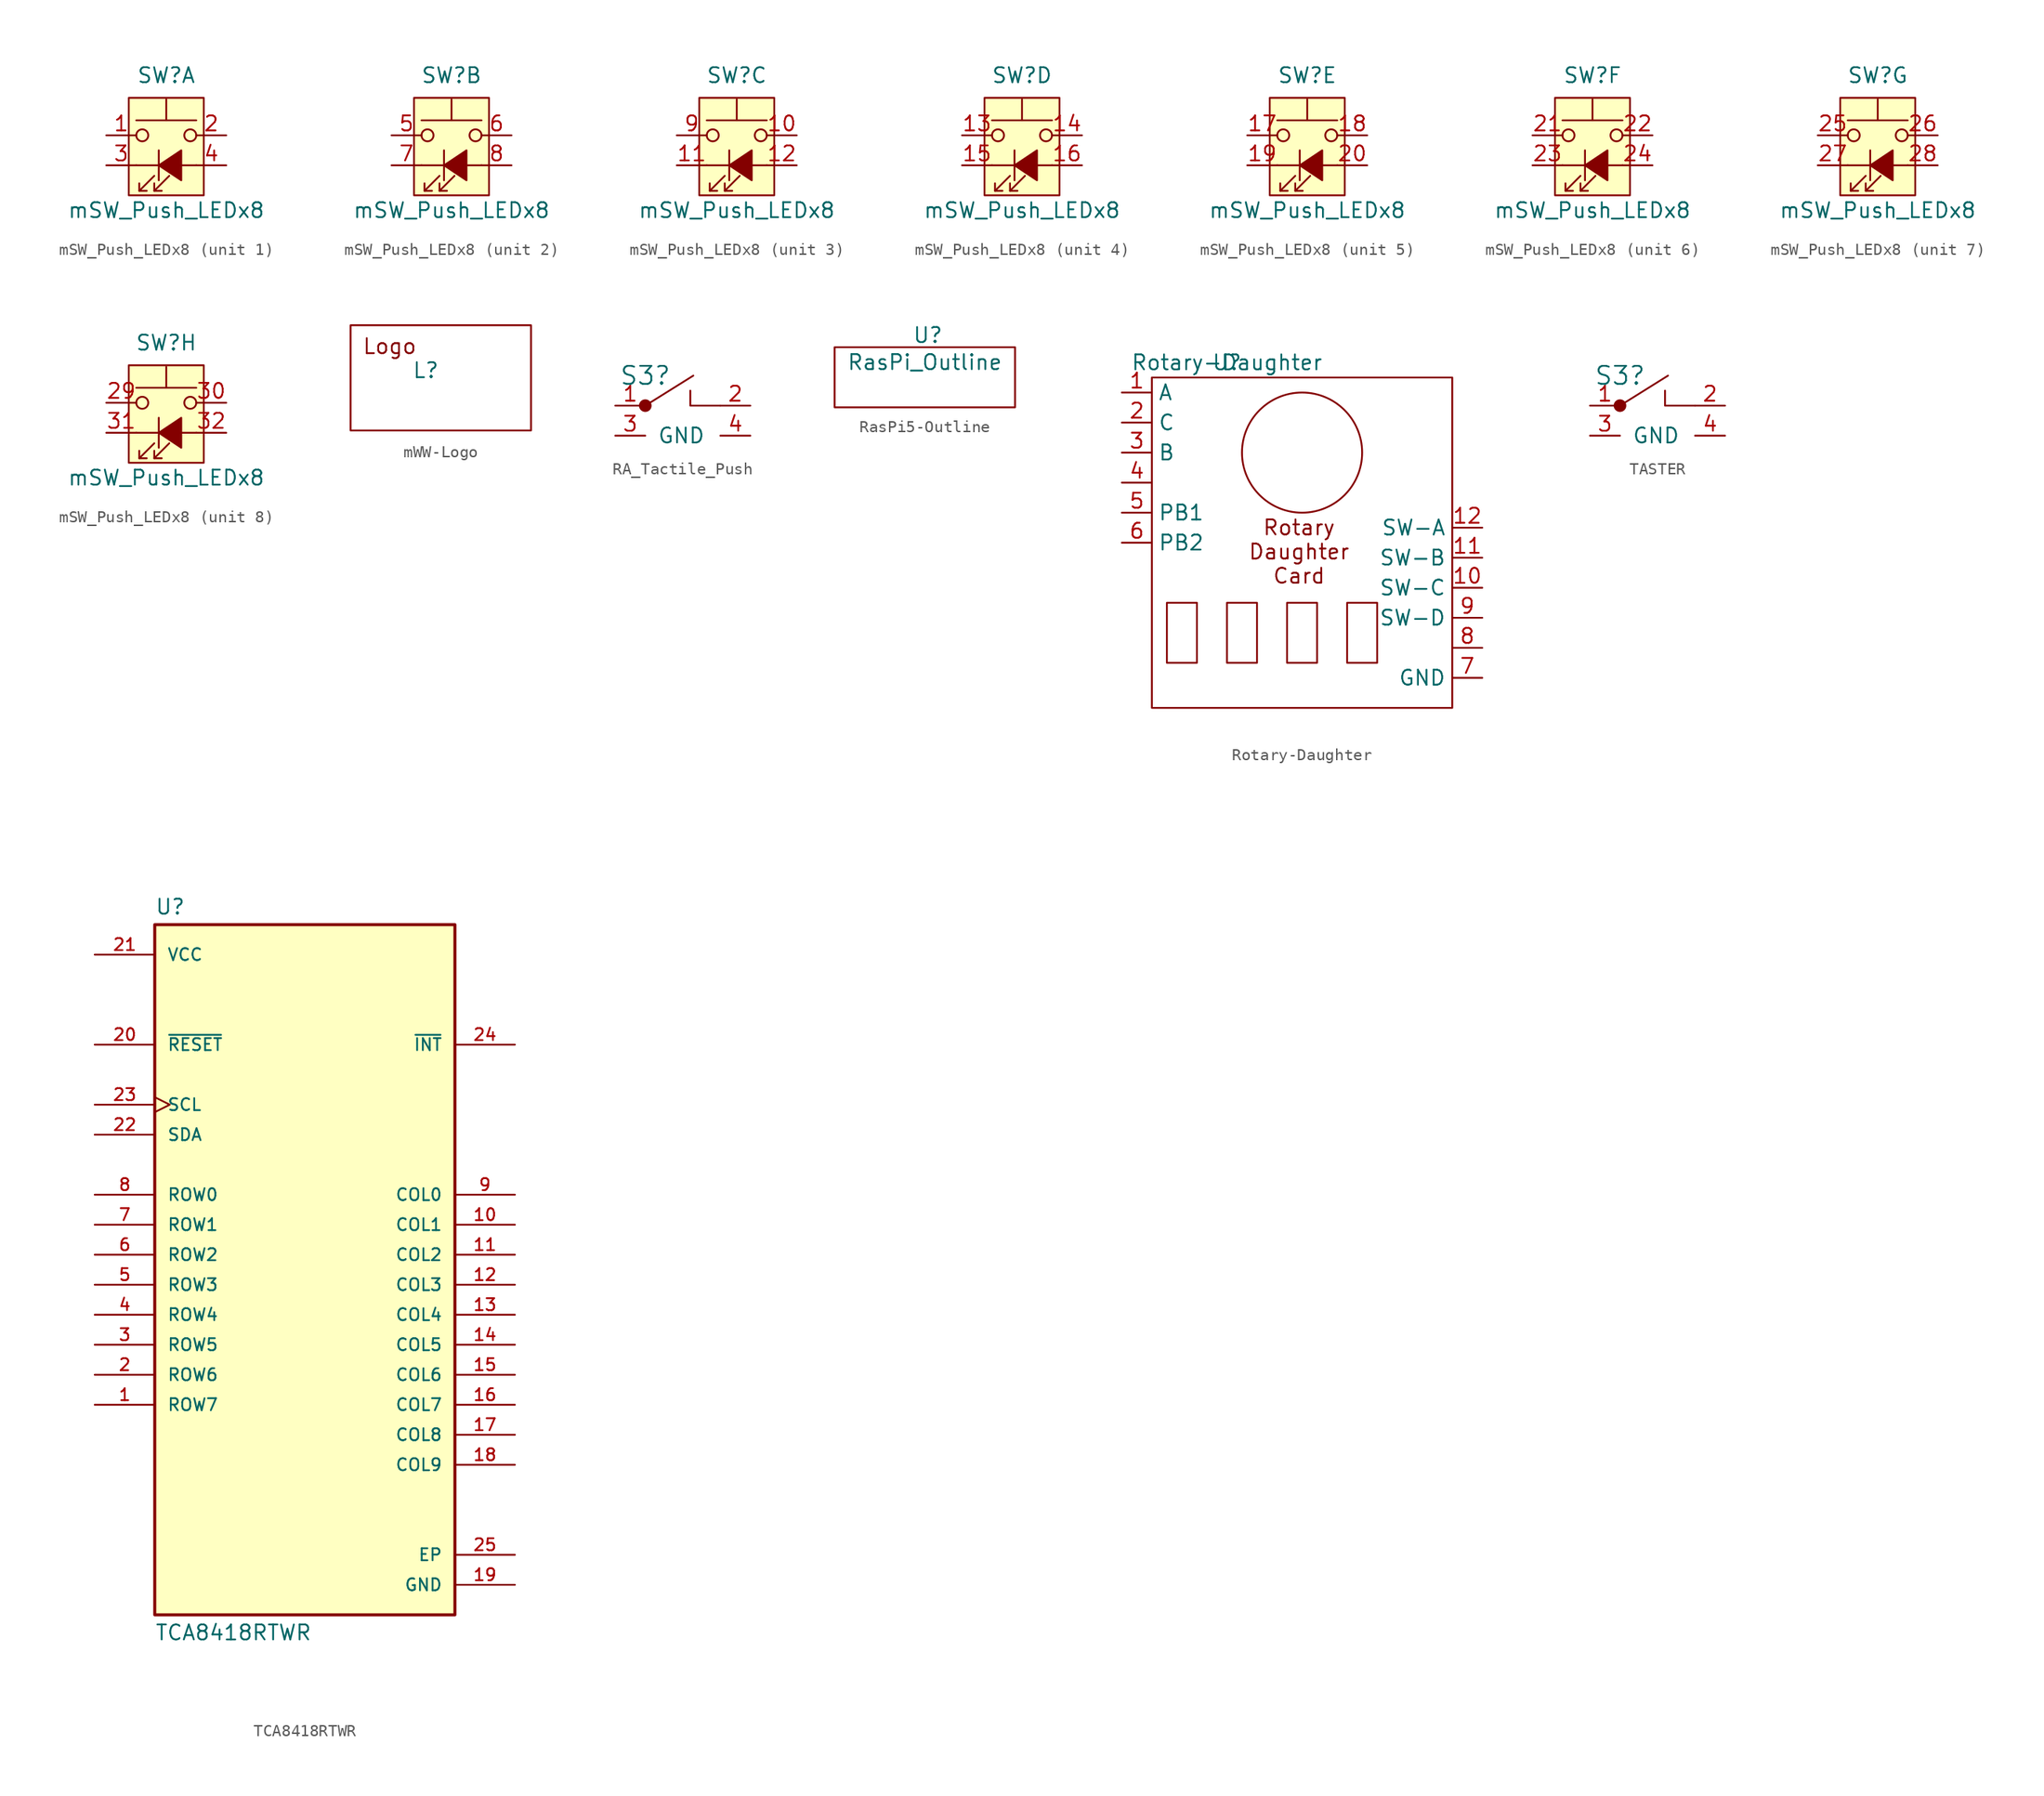
<source format=kicad_sym>
(kicad_symbol_lib
  (version 20231120)
  (generator "kicad_symbol_editor")
  (generator_version "8.0")
  (symbol "mSW_Push_LEDx8"
    (pin_names
      (offset 0) hide)
    (property "Reference" "SW"
      (at 0 7.62 0)
      (effects (font (size 1.27 1.27))))
    (property "Value" "mSW_Push_LEDx8"
      (at 0 -3.81 0)
      (effects (font (size 1.27 1.27))))
    (symbol "mSW_Push_LEDx8_0_0"
      (polyline (pts (xy -2.54 0) (xy 2.54 0)) (stroke (width 0) (type default)) (fill (type none)))
      (polyline (pts (xy -2.286 -2.159) (xy -1.016 -0.889)) (stroke (width 0) (type default)) (fill (type none)))
      (polyline (pts (xy -1.016 -2.159) (xy 0.254 -0.889)) (stroke (width 0) (type default)) (fill (type none)))
      (polyline (pts (xy -0.635 1.27) (xy -0.635 -1.27)) (stroke (width 0) (type default)) (fill (type none)))
      (polyline (pts (xy -2.286 -1.524) (xy -2.286 -2.159) (xy -1.651 -2.159)) (stroke (width 0) (type default)) (fill (type none)))
      (polyline (pts (xy -1.016 -1.524) (xy -1.016 -2.159) (xy -0.381 -2.159)) (stroke (width 0) (type default)) (fill (type none)))
      (polyline (pts (xy -0.635 0) (xy 1.27 1.27) (xy 1.27 -1.27) (xy -0.635 0)) (stroke (width 0) (type default)) (fill (type outline))))
    (symbol "mSW_Push_LEDx8_0_1"
      (circle (center -2.032 2.54) (radius 0.508) (stroke (width 0) (type default)) (fill (type none)))
      (polyline (pts (xy 0 3.81) (xy 0 5.588)) (stroke (width 0) (type default)) (fill (type none)))
      (polyline (pts (xy 2.54 3.81) (xy -2.54 3.81)) (stroke (width 0) (type default)) (fill (type none)))
      (circle (center 2.032 2.54) (radius 0.508) (stroke (width 0) (type default)) (fill (type none))))
    (symbol "mSW_Push_LEDx8_1_1"
      (rectangle (start -3.175 5.715) (end 3.175 -2.54) (stroke (width 0) (type default)) (fill (type background)))
      (pin passive line (at -5.08 2.54 0) (length 2.54) (name "SA" (effects (font (size 1.27 1.27)))) (number "1" (effects (font (size 1.27 1.27)))))
      (pin passive line (at 5.08 2.54 180) (length 2.54) (name "SB" (effects (font (size 1.27 1.27)))) (number "2" (effects (font (size 1.27 1.27)))))
      (pin passive line (at -5.08 0 0) (length 2.54) (name "K" (effects (font (size 1.27 1.27)))) (number "3" (effects (font (size 1.27 1.27)))))
      (pin passive line (at 5.08 0 180) (length 2.54) (name "A" (effects (font (size 1.27 1.27)))) (number "4" (effects (font (size 1.27 1.27))))))
    (symbol "mSW_Push_LEDx8_2_1"
      (rectangle (start -3.175 5.715) (end 3.175 -2.54) (stroke (width 0) (type default)) (fill (type background)))
      (pin passive line (at -5.08 2.54 0) (length 2.54) (name "SA" (effects (font (size 1.27 1.27)))) (number "5" (effects (font (size 1.27 1.27)))))
      (pin passive line (at 5.08 2.54 180) (length 2.54) (name "SB" (effects (font (size 1.27 1.27)))) (number "6" (effects (font (size 1.27 1.27)))))
      (pin passive line (at -5.08 0 0) (length 2.54) (name "K" (effects (font (size 1.27 1.27)))) (number "7" (effects (font (size 1.27 1.27)))))
      (pin passive line (at 5.08 0 180) (length 2.54) (name "A" (effects (font (size 1.27 1.27)))) (number "8" (effects (font (size 1.27 1.27))))))
    (symbol "mSW_Push_LEDx8_3_1"
      (rectangle (start -3.175 5.715) (end 3.175 -2.54) (stroke (width 0) (type default)) (fill (type background)))
      (pin passive line (at 5.08 2.54 180) (length 2.54) (name "SB" (effects (font (size 1.27 1.27)))) (number "10" (effects (font (size 1.27 1.27)))))
      (pin passive line (at -5.08 0 0) (length 2.54) (name "K" (effects (font (size 1.27 1.27)))) (number "11" (effects (font (size 1.27 1.27)))))
      (pin passive line (at 5.08 0 180) (length 2.54) (name "A" (effects (font (size 1.27 1.27)))) (number "12" (effects (font (size 1.27 1.27)))))
      (pin passive line (at -5.08 2.54 0) (length 2.54) (name "SA" (effects (font (size 1.27 1.27)))) (number "9" (effects (font (size 1.27 1.27))))))
    (symbol "mSW_Push_LEDx8_4_1"
      (rectangle (start -3.175 5.715) (end 3.175 -2.54) (stroke (width 0) (type default)) (fill (type background)))
      (pin passive line (at -5.08 2.54 0) (length 2.54) (name "SA" (effects (font (size 1.27 1.27)))) (number "13" (effects (font (size 1.27 1.27)))))
      (pin passive line (at 5.08 2.54 180) (length 2.54) (name "SB" (effects (font (size 1.27 1.27)))) (number "14" (effects (font (size 1.27 1.27)))))
      (pin passive line (at -5.08 0 0) (length 2.54) (name "K" (effects (font (size 1.27 1.27)))) (number "15" (effects (font (size 1.27 1.27)))))
      (pin passive line (at 5.08 0 180) (length 2.54) (name "A" (effects (font (size 1.27 1.27)))) (number "16" (effects (font (size 1.27 1.27))))))
    (symbol "mSW_Push_LEDx8_5_1"
      (rectangle (start -3.175 5.715) (end 3.175 -2.54) (stroke (width 0) (type default)) (fill (type background)))
      (pin passive line (at -5.08 2.54 0) (length 2.54) (name "SA" (effects (font (size 1.27 1.27)))) (number "17" (effects (font (size 1.27 1.27)))))
      (pin passive line (at 5.08 2.54 180) (length 2.54) (name "SB" (effects (font (size 1.27 1.27)))) (number "18" (effects (font (size 1.27 1.27)))))
      (pin passive line (at -5.08 0 0) (length 2.54) (name "K" (effects (font (size 1.27 1.27)))) (number "19" (effects (font (size 1.27 1.27)))))
      (pin passive line (at 5.08 0 180) (length 2.54) (name "A" (effects (font (size 1.27 1.27)))) (number "20" (effects (font (size 1.27 1.27))))))
    (symbol "mSW_Push_LEDx8_6_1"
      (rectangle (start -3.175 5.715) (end 3.175 -2.54) (stroke (width 0) (type default)) (fill (type background)))
      (pin passive line (at -5.08 2.54 0) (length 2.54) (name "SA" (effects (font (size 1.27 1.27)))) (number "21" (effects (font (size 1.27 1.27)))))
      (pin passive line (at 5.08 2.54 180) (length 2.54) (name "SB" (effects (font (size 1.27 1.27)))) (number "22" (effects (font (size 1.27 1.27)))))
      (pin passive line (at -5.08 0 0) (length 2.54) (name "K" (effects (font (size 1.27 1.27)))) (number "23" (effects (font (size 1.27 1.27)))))
      (pin passive line (at 5.08 0 180) (length 2.54) (name "A" (effects (font (size 1.27 1.27)))) (number "24" (effects (font (size 1.27 1.27))))))
    (symbol "mSW_Push_LEDx8_7_1"
      (rectangle (start -3.175 5.715) (end 3.175 -2.54) (stroke (width 0) (type default)) (fill (type background)))
      (pin passive line (at -5.08 2.54 0) (length 2.54) (name "SA" (effects (font (size 1.27 1.27)))) (number "25" (effects (font (size 1.27 1.27)))))
      (pin passive line (at 5.08 2.54 180) (length 2.54) (name "SB" (effects (font (size 1.27 1.27)))) (number "26" (effects (font (size 1.27 1.27)))))
      (pin passive line (at -5.08 0 0) (length 2.54) (name "K" (effects (font (size 1.27 1.27)))) (number "27" (effects (font (size 1.27 1.27)))))
      (pin passive line (at 5.08 0 180) (length 2.54) (name "A" (effects (font (size 1.27 1.27)))) (number "28" (effects (font (size 1.27 1.27))))))
    (symbol "mSW_Push_LEDx8_8_1"
      (rectangle (start -3.175 5.715) (end 3.175 -2.54) (stroke (width 0) (type default)) (fill (type background)))
      (pin passive line (at -5.08 2.54 0) (length 2.54) (name "SA" (effects (font (size 1.27 1.27)))) (number "29" (effects (font (size 1.27 1.27)))))
      (pin passive line (at 5.08 2.54 180) (length 2.54) (name "SB" (effects (font (size 1.27 1.27)))) (number "30" (effects (font (size 1.27 1.27)))))
      (pin passive line (at -5.08 0 0) (length 2.54) (name "K" (effects (font (size 1.27 1.27)))) (number "31" (effects (font (size 1.27 1.27)))))
      (pin passive line (at 5.08 0 180) (length 2.54) (name "A" (effects (font (size 1.27 1.27)))) (number "32" (effects (font (size 1.27 1.27)))))))
  (symbol "mWW-Logo"
    (property "Reference" "L"
      (at 0 0 0)
      (effects (font (size 1.27 1.27))))
    (property "Value" ""
      (at 0 0 0)
      (effects (font (size 1.27 1.27))))
    (symbol "mWW-Logo_0_1"
      (rectangle (start 8.89 -5.08) (end -6.35 3.81) (stroke (width 0) (type default)) (fill (type none))))
    (symbol "mWW-Logo_1_1"
      (text "Logo" (at -3.048 2.032 0) (effects (font (size 1.27 1.27))))))
  (symbol "RA_Tactile_Push"
    (pin_names
      (offset 1.016))
    (property "Reference" "S3"
      (at -3.81 -3.81 0)
      (effects (font (size 1.524 1.524))))
    (property "Datasheet" ""
      (at 0 0 0)
      (effects (font (size 1.524 1.524))))
    (symbol "RA_Tactile_Push_0_1"
      (circle (center -3.81 -6.35) (radius 0.457) (stroke (width 0) (type default)) (fill (type outline)))
      (polyline (pts (xy -3.81 -6.35) (xy 0.254 -3.81) (xy 0.254 -3.81) (xy 0.254 -3.81)) (stroke (width 0) (type default)) (fill (type none)))
      (polyline (pts (xy 0 -5.08) (xy 0 -6.35) (xy 2.54 -6.35) (xy 2.54 -6.35)) (stroke (width 0) (type default)) (fill (type none))))
    (symbol "RA_Tactile_Push_1_0"
      (pin passive line (at -6.35 -8.89 0) (length 2.54) (name "GND" (effects (font (size 1.27 1.27)))) (number "3" (effects (font (size 1.27 1.27)))))
      (pin passive line (at 5.08 -8.89 180) (length 2.54) (name "" (effects (font (size 1.27 1.27)))) (number "4" (effects (font (size 1.27 1.27))))))
    (symbol "RA_Tactile_Push_1_1"
      (pin input line (at -6.35 -6.35 0) (length 2.54) (name "~" (effects (font (size 1.27 1.27)))) (number "1" (effects (font (size 1.27 1.27)))))
      (pin input line (at 5.08 -6.35 180) (length 2.54) (name "~" (effects (font (size 1.27 1.27)))) (number "2" (effects (font (size 1.27 1.27)))))))
  (symbol "RasPi5-Outline"
    (property "Reference" "U"
      (at 0.254 2.286 0)
      (effects (font (size 1.27 1.27))))
    (property "Value" "RasPi_Outline"
      (at 0 0 0)
      (effects (font (size 1.27 1.27))))
    (symbol "RasPi5-Outline_0_1"
      (rectangle (start -7.62 1.27) (end 7.62 -3.81) (stroke (width 0) (type default)) (fill (type none)))))
  (symbol "Rotary-Daughter"
    (property "Reference" "U"
      (at 6.35 1.27 0)
      (effects (font (size 1.27 1.27))))
    (property "Value" "Rotary-Daughter"
      (at 6.35 1.27 0)
      (effects (font (size 1.27 1.27))))
    (symbol "Rotary-Daughter_0_1"
      (rectangle (start 0 0) (end 25.4 -27.94) (stroke (width 0) (type default)) (fill (type none)))
      (rectangle (start 1.27 -19.05) (end 3.81 -24.13) (stroke (width 0) (type default)) (fill (type none)))
      (rectangle (start 6.35 -19.05) (end 8.89 -24.13) (stroke (width 0) (type default)) (fill (type none)))
      (rectangle (start 11.43 -19.05) (end 13.97 -24.13) (stroke (width 0) (type default)) (fill (type none)))
      (circle (center 12.7 -6.35) (radius 5.08) (stroke (width 0) (type default)) (fill (type none)))
      (rectangle (start 16.51 -19.05) (end 19.05 -24.13) (stroke (width 0) (type default)) (fill (type none))))
    (symbol "Rotary-Daughter_1_1"
      (text "Rotary\nDaughter\nCard" (at 12.446 -14.732 0) (effects (font (size 1.27 1.27))))
      (pin passive line (at -2.54 -1.27 0) (length 2.54) (name "A" (effects (font (size 1.27 1.27)))) (number "1" (effects (font (size 1.27 1.27)))))
      (pin passive line (at 27.94 -17.78 180) (length 2.54) (name "SW-C" (effects (font (size 1.27 1.27)))) (number "10" (effects (font (size 1.27 1.27)))))
      (pin passive line (at 27.94 -15.24 180) (length 2.54) (name "SW-B" (effects (font (size 1.27 1.27)))) (number "11" (effects (font (size 1.27 1.27)))))
      (pin passive line (at 27.94 -12.7 180) (length 2.54) (name "SW-A" (effects (font (size 1.27 1.27)))) (number "12" (effects (font (size 1.27 1.27)))))
      (pin passive line (at -2.54 -3.81 0) (length 2.54) (name "C" (effects (font (size 1.27 1.27)))) (number "2" (effects (font (size 1.27 1.27)))))
      (pin passive line (at -2.54 -6.35 0) (length 2.54) (name "B" (effects (font (size 1.27 1.27)))) (number "3" (effects (font (size 1.27 1.27)))))
      (pin passive line (at -2.54 -8.89 0) (length 2.54) (name "" (effects (font (size 1.27 1.27)))) (number "4" (effects (font (size 1.27 1.27)))))
      (pin passive line (at -2.54 -11.43 0) (length 2.54) (name "PB1" (effects (font (size 1.27 1.27)))) (number "5" (effects (font (size 1.27 1.27)))))
      (pin passive line (at -2.54 -13.97 0) (length 2.54) (name "PB2" (effects (font (size 1.27 1.27)))) (number "6" (effects (font (size 1.27 1.27)))))
      (pin passive line (at 27.94 -25.4 180) (length 2.54) (name "GND" (effects (font (size 1.27 1.27)))) (number "7" (effects (font (size 1.27 1.27)))))
      (pin passive line (at 27.94 -22.86 180) (length 2.54) (name "" (effects (font (size 1.27 1.27)))) (number "8" (effects (font (size 1.27 1.27)))))
      (pin passive line (at 27.94 -20.32 180) (length 2.54) (name "SW-D" (effects (font (size 1.27 1.27)))) (number "9" (effects (font (size 1.27 1.27)))))))
  (symbol "TASTER"
    (pin_names
      (offset 1.016))
    (property "Reference" "S3"
      (at -3.81 -3.81 0)
      (effects (font (size 1.524 1.524))))
    (property "Datasheet" ""
      (at 0 0 0)
      (effects (font (size 1.524 1.524))))
    (symbol "TASTER_0_1"
      (circle (center -3.81 -6.35) (radius 0.457) (stroke (width 0) (type default)) (fill (type outline)))
      (polyline (pts (xy -3.81 -6.35) (xy 0.254 -3.81) (xy 0.254 -3.81) (xy 0.254 -3.81)) (stroke (width 0) (type default)) (fill (type none)))
      (polyline (pts (xy 0 -5.08) (xy 0 -6.35) (xy 2.54 -6.35) (xy 2.54 -6.35)) (stroke (width 0) (type default)) (fill (type none))))
    (symbol "TASTER_1_0"
      (pin passive line (at -6.35 -8.89 0) (length 2.54) (name "GND" (effects (font (size 1.27 1.27)))) (number "3" (effects (font (size 1.27 1.27)))))
      (pin passive line (at 5.08 -8.89 180) (length 2.54) (name "" (effects (font (size 1.27 1.27)))) (number "4" (effects (font (size 1.27 1.27))))))
    (symbol "TASTER_1_1"
      (pin input line (at -6.35 -6.35 0) (length 2.54) (name "~" (effects (font (size 1.27 1.27)))) (number "1" (effects (font (size 1.27 1.27)))))
      (pin input line (at 5.08 -6.35 180) (length 2.54) (name "~" (effects (font (size 1.27 1.27)))) (number "2" (effects (font (size 1.27 1.27)))))))
  (symbol "TCA8418RTWR"
    (pin_names
      (offset 1.016))
    (property "Reference" "U"
      (at -12.7 28.702 0)
      (effects (font (size 1.27 1.27)) (justify left bottom)))
    (property "Value" "TCA8418RTWR"
      (at -12.7 -31.242 0)
      (effects (font (size 1.27 1.27)) (justify left top)))
    (symbol "TCA8418RTWR_0_0"
      (rectangle (start -12.7 -30.48) (end 12.7 27.94) (stroke (width 0.254) (type default)) (fill (type background)))
      (pin bidirectional line (at -17.78 -12.7 0) (length 5.08) (name "ROW7" (effects (font (size 1.016 1.016)))) (number "1" (effects (font (size 1.016 1.016)))))
      (pin bidirectional line (at 17.78 2.54 180) (length 5.08) (name "COL1" (effects (font (size 1.016 1.016)))) (number "10" (effects (font (size 1.016 1.016)))))
      (pin bidirectional line (at 17.78 0 180) (length 5.08) (name "COL2" (effects (font (size 1.016 1.016)))) (number "11" (effects (font (size 1.016 1.016)))))
      (pin bidirectional line (at 17.78 -2.54 180) (length 5.08) (name "COL3" (effects (font (size 1.016 1.016)))) (number "12" (effects (font (size 1.016 1.016)))))
      (pin bidirectional line (at 17.78 -5.08 180) (length 5.08) (name "COL4" (effects (font (size 1.016 1.016)))) (number "13" (effects (font (size 1.016 1.016)))))
      (pin bidirectional line (at 17.78 -7.62 180) (length 5.08) (name "COL5" (effects (font (size 1.016 1.016)))) (number "14" (effects (font (size 1.016 1.016)))))
      (pin bidirectional line (at 17.78 -10.16 180) (length 5.08) (name "COL6" (effects (font (size 1.016 1.016)))) (number "15" (effects (font (size 1.016 1.016)))))
      (pin bidirectional line (at 17.78 -12.7 180) (length 5.08) (name "COL7" (effects (font (size 1.016 1.016)))) (number "16" (effects (font (size 1.016 1.016)))))
      (pin bidirectional line (at 17.78 -15.24 180) (length 5.08) (name "COL8" (effects (font (size 1.016 1.016)))) (number "17" (effects (font (size 1.016 1.016)))))
      (pin bidirectional line (at 17.78 -17.78 180) (length 5.08) (name "COL9" (effects (font (size 1.016 1.016)))) (number "18" (effects (font (size 1.016 1.016)))))
      (pin power_in line (at 17.78 -27.94 180) (length 5.08) (name "GND" (effects (font (size 1.016 1.016)))) (number "19" (effects (font (size 1.016 1.016)))))
      (pin bidirectional line (at -17.78 -10.16 0) (length 5.08) (name "ROW6" (effects (font (size 1.016 1.016)))) (number "2" (effects (font (size 1.016 1.016)))))
      (pin input line (at -17.78 17.78 0) (length 5.08) (name "~{RESET}" (effects (font (size 1.016 1.016)))) (number "20" (effects (font (size 1.016 1.016)))))
      (pin power_in line (at -17.78 25.4 0) (length 5.08) (name "VCC" (effects (font (size 1.016 1.016)))) (number "21" (effects (font (size 1.016 1.016)))))
      (pin bidirectional line (at -17.78 10.16 0) (length 5.08) (name "SDA" (effects (font (size 1.016 1.016)))) (number "22" (effects (font (size 1.016 1.016)))))
      (pin input clock (at -17.78 12.7 0) (length 5.08) (name "SCL" (effects (font (size 1.016 1.016)))) (number "23" (effects (font (size 1.016 1.016)))))
      (pin output line (at 17.78 17.78 180) (length 5.08) (name "~{INT}" (effects (font (size 1.016 1.016)))) (number "24" (effects (font (size 1.016 1.016)))))
      (pin passive line (at 17.78 -25.4 180) (length 5.08) (name "EP" (effects (font (size 1.016 1.016)))) (number "25" (effects (font (size 1.016 1.016)))))
      (pin bidirectional line (at -17.78 -7.62 0) (length 5.08) (name "ROW5" (effects (font (size 1.016 1.016)))) (number "3" (effects (font (size 1.016 1.016)))))
      (pin bidirectional line (at -17.78 -5.08 0) (length 5.08) (name "ROW4" (effects (font (size 1.016 1.016)))) (number "4" (effects (font (size 1.016 1.016)))))
      (pin bidirectional line (at -17.78 -2.54 0) (length 5.08) (name "ROW3" (effects (font (size 1.016 1.016)))) (number "5" (effects (font (size 1.016 1.016)))))
      (pin bidirectional line (at -17.78 0 0) (length 5.08) (name "ROW2" (effects (font (size 1.016 1.016)))) (number "6" (effects (font (size 1.016 1.016)))))
      (pin bidirectional line (at -17.78 2.54 0) (length 5.08) (name "ROW1" (effects (font (size 1.016 1.016)))) (number "7" (effects (font (size 1.016 1.016)))))
      (pin bidirectional line (at -17.78 5.08 0) (length 5.08) (name "ROW0" (effects (font (size 1.016 1.016)))) (number "8" (effects (font (size 1.016 1.016)))))
      (pin bidirectional line (at 17.78 5.08 180) (length 5.08) (name "COL0" (effects (font (size 1.016 1.016)))) (number "9" (effects (font (size 1.016 1.016))))))))
</source>
